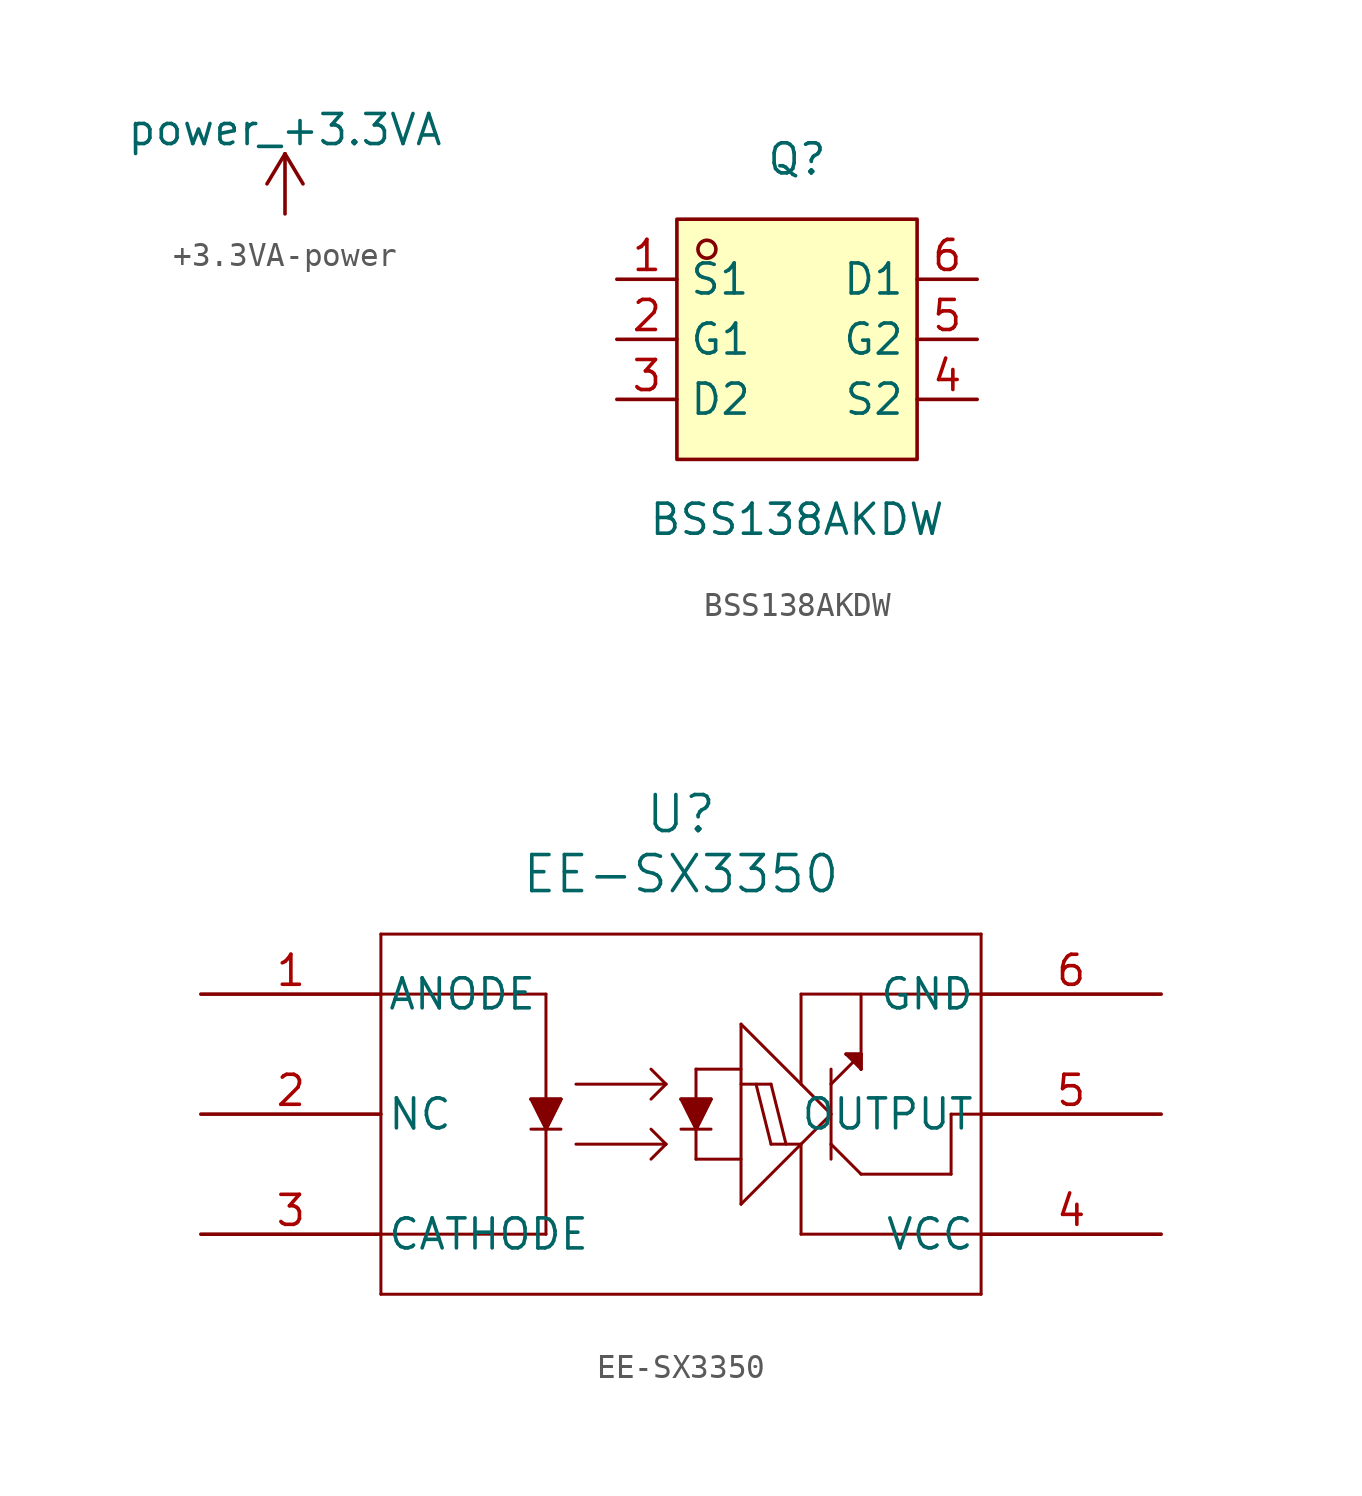
<source format=kicad_sym>
(kicad_symbol_lib
  (version 20241209)
  (generator "kicad_symbol_editor")
  (generator_version "9.0")
  (symbol "+3.3VA-power"
    (power)
    (pin_names
      (offset 0))
    (property "Reference" "#PWR"
      (at 0 -3.81 0)
      (effects (font (size 1.27 1.27)) (hide yes)))
    (property "Value" "power_+3.3VA"
      (at 0 3.556 0)
      (effects (font (size 1.27 1.27))))
    (symbol "+3.3VA-power_0_1"
      (polyline (pts (xy -0.762 1.27) (xy 0 2.54)) (stroke (width 0) (type solid)) (fill (type none)))
      (polyline (pts (xy 0 2.54) (xy 0.762 1.27)) (stroke (width 0) (type solid)) (fill (type none)))
      (polyline (pts (xy 0 0) (xy 0 2.54)) (stroke (width 0) (type solid)) (fill (type none))))
    (symbol "+3.3VA-power_1_1"
      (pin power_in line (at 0 0 90) (length 0) (hide yes) (name "+3.3VA" (effects (font (size 1.27 1.27)))) (number "1" (effects (font (size 1.27 1.27)))))))
  (symbol "BSS138AKDW"
    (property "Reference" "Q"
      (at 0 7.62 0)
      (effects (font (size 1.27 1.27))))
    (property "Value" "BSS138AKDW"
      (at 0 -7.62 0)
      (effects (font (size 1.27 1.27))))
    (symbol "BSS138AKDW_0_1"
      (rectangle (start -5.08 5.08) (end 5.08 -5.08) (stroke (width 0) (type default)) (fill (type background)))
      (circle (center -3.81 3.81) (radius 0.38) (stroke (width 0) (type default)) (fill (type none)))
      (pin unspecified line (at -7.62 2.54 0) (length 2.54) (name "S1" (effects (font (size 1.27 1.27)))) (number "1" (effects (font (size 1.27 1.27)))))
      (pin unspecified line (at -7.62 0 0) (length 2.54) (name "G1" (effects (font (size 1.27 1.27)))) (number "2" (effects (font (size 1.27 1.27)))))
      (pin unspecified line (at -7.62 -2.54 0) (length 2.54) (name "D2" (effects (font (size 1.27 1.27)))) (number "3" (effects (font (size 1.27 1.27)))))
      (pin unspecified line (at 7.62 2.54 180) (length 2.54) (name "D1" (effects (font (size 1.27 1.27)))) (number "6" (effects (font (size 1.27 1.27)))))
      (pin unspecified line (at 7.62 0 180) (length 2.54) (name "G2" (effects (font (size 1.27 1.27)))) (number "5" (effects (font (size 1.27 1.27)))))
      (pin unspecified line (at 7.62 -2.54 180) (length 2.54) (name "S2" (effects (font (size 1.27 1.27)))) (number "4" (effects (font (size 1.27 1.27)))))))
  (symbol "EE-SX3350"
    (pin_names
      (offset 0.254))
    (property "Reference" "U"
      (at 20.32 7.62 0)
      (effects (font (size 1.524 1.524))))
    (property "Value" "EE-SX3350"
      (at 20.32 5.08 0)
      (effects (font (size 1.524 1.524))))
    (symbol "EE-SX3350_0_1"
      (polyline (pts (xy 7.62 2.54) (xy 7.62 -12.7)) (stroke (width 0.127) (type default)) (fill (type none)))
      (polyline (pts (xy 7.62 0) (xy 14.605 0)) (stroke (width 0.127) (type default)) (fill (type none)))
      (polyline (pts (xy 7.62 -10.16) (xy 14.605 -10.16)) (stroke (width 0.127) (type default)) (fill (type none)))
      (polyline (pts (xy 7.62 -12.7) (xy 33.02 -12.7)) (stroke (width 0.127) (type default)) (fill (type none)))
      (polyline (pts (xy 13.97 -4.445) (xy 14.605 -5.715)) (stroke (width 0.127) (type default)) (fill (type none)))
      (polyline (pts (xy 13.97 -4.445) (xy 15.24 -4.445) (xy 14.605 -5.715)) (stroke (width 0) (type default)) (fill (type outline)))
      (polyline (pts (xy 13.97 -5.715) (xy 15.24 -5.715)) (stroke (width 0.127) (type default)) (fill (type none)))
      (polyline (pts (xy 14.605 0) (xy 14.605 -4.445)) (stroke (width 0.127) (type default)) (fill (type none)))
      (polyline (pts (xy 14.605 -5.715) (xy 14.605 -10.16)) (stroke (width 0.127) (type default)) (fill (type none)))
      (polyline (pts (xy 14.605 -5.715) (xy 15.24 -4.445)) (stroke (width 0.127) (type default)) (fill (type none)))
      (polyline (pts (xy 15.24 -4.445) (xy 13.97 -4.445)) (stroke (width 0.127) (type default)) (fill (type none)))
      (polyline (pts (xy 15.875 -3.81) (xy 19.685 -3.81)) (stroke (width 0.127) (type default)) (fill (type none)))
      (polyline (pts (xy 15.875 -6.35) (xy 19.685 -6.35)) (stroke (width 0.127) (type default)) (fill (type none)))
      (polyline (pts (xy 19.685 -3.81) (xy 19.05 -3.175)) (stroke (width 0.127) (type default)) (fill (type none)))
      (polyline (pts (xy 19.685 -3.81) (xy 19.05 -4.445)) (stroke (width 0.127) (type default)) (fill (type none)))
      (polyline (pts (xy 19.685 -6.35) (xy 19.05 -5.715)) (stroke (width 0.127) (type default)) (fill (type none)))
      (polyline (pts (xy 19.685 -6.35) (xy 19.05 -6.985)) (stroke (width 0.127) (type default)) (fill (type none)))
      (polyline (pts (xy 20.32 -4.445) (xy 21.59 -4.445)) (stroke (width 0.127) (type default)) (fill (type none)))
      (polyline (pts (xy 20.32 -4.445) (xy 21.59 -4.445) (xy 20.955 -5.715)) (stroke (width 0) (type default)) (fill (type outline)))
      (polyline (pts (xy 20.32 -5.715) (xy 21.59 -5.715)) (stroke (width 0.127) (type default)) (fill (type none)))
      (polyline (pts (xy 20.955 -4.445) (xy 20.955 -3.175)) (stroke (width 0.127) (type default)) (fill (type none)))
      (polyline (pts (xy 20.955 -5.715) (xy 20.32 -4.445)) (stroke (width 0.127) (type default)) (fill (type none)))
      (polyline (pts (xy 20.955 -5.715) (xy 20.955 -6.985)) (stroke (width 0.127) (type default)) (fill (type none)))
      (polyline (pts (xy 21.59 -4.445) (xy 20.955 -5.715)) (stroke (width 0.127) (type default)) (fill (type none)))
      (polyline (pts (xy 22.86 -3.175) (xy 20.955 -3.175)) (stroke (width 0.127) (type default)) (fill (type none)))
      (polyline (pts (xy 22.86 -3.81) (xy 24.13 -3.81)) (stroke (width 0.127) (type default)) (fill (type none)))
      (polyline (pts (xy 22.86 -6.985) (xy 20.955 -6.985)) (stroke (width 0.127) (type default)) (fill (type none)))
      (polyline (pts (xy 22.86 -8.89) (xy 22.86 -1.27)) (stroke (width 0.127) (type default)) (fill (type none)))
      (polyline (pts (xy 24.13 -6.35) (xy 23.495 -3.81)) (stroke (width 0.127) (type default)) (fill (type none)))
      (polyline (pts (xy 24.765 -6.35) (xy 24.13 -3.81)) (stroke (width 0.127) (type default)) (fill (type none)))
      (polyline (pts (xy 25.4 0) (xy 33.02 0)) (stroke (width 0.127) (type default)) (fill (type none)))
      (polyline (pts (xy 25.4 -3.81) (xy 25.4 0)) (stroke (width 0.127) (type default)) (fill (type none)))
      (polyline (pts (xy 25.4 -6.35) (xy 24.13 -6.35)) (stroke (width 0.127) (type default)) (fill (type none)))
      (polyline (pts (xy 25.4 -6.35) (xy 25.4 -10.16)) (stroke (width 0.127) (type default)) (fill (type none)))
      (polyline (pts (xy 25.4 -10.16) (xy 33.02 -10.16)) (stroke (width 0.127) (type default)) (fill (type none)))
      (polyline (pts (xy 26.67 -3.81) (xy 26.67 -3.175)) (stroke (width 0.127) (type default)) (fill (type none)))
      (polyline (pts (xy 26.67 -3.81) (xy 26.67 -6.35)) (stroke (width 0.127) (type default)) (fill (type none)))
      (polyline (pts (xy 26.67 -3.81) (xy 27.94 -2.54)) (stroke (width 0.127) (type default)) (fill (type none)))
      (polyline (pts (xy 26.67 -5.08) (xy 22.86 -1.27)) (stroke (width 0.127) (type default)) (fill (type none)))
      (polyline (pts (xy 26.67 -5.08) (xy 22.86 -8.89)) (stroke (width 0.127) (type default)) (fill (type none)))
      (polyline (pts (xy 26.67 -6.35) (xy 26.67 -6.985)) (stroke (width 0.127) (type default)) (fill (type none)))
      (polyline (pts (xy 26.67 -6.35) (xy 27.94 -7.62)) (stroke (width 0.127) (type default)) (fill (type none)))
      (polyline (pts (xy 27.305 -2.54) (xy 27.94 -3.175)) (stroke (width 0.127) (type default)) (fill (type none)))
      (polyline (pts (xy 27.305 -2.54) (xy 27.94 -2.54) (xy 27.94 -3.175)) (stroke (width 0) (type default)) (fill (type outline)))
      (polyline (pts (xy 27.94 -2.54) (xy 27.305 -2.54)) (stroke (width 0.127) (type default)) (fill (type none)))
      (polyline (pts (xy 27.94 -2.54) (xy 27.94 0)) (stroke (width 0.127) (type default)) (fill (type none)))
      (polyline (pts (xy 27.94 -3.175) (xy 27.94 -2.54)) (stroke (width 0.127) (type default)) (fill (type none)))
      (polyline (pts (xy 27.94 -7.62) (xy 31.75 -7.62)) (stroke (width 0.127) (type default)) (fill (type none)))
      (polyline (pts (xy 31.75 -7.62) (xy 31.75 -5.08)) (stroke (width 0.127) (type default)) (fill (type none)))
      (polyline (pts (xy 33.02 2.54) (xy 7.62 2.54)) (stroke (width 0.127) (type default)) (fill (type none)))
      (polyline (pts (xy 33.02 -5.08) (xy 31.75 -5.08)) (stroke (width 0.127) (type default)) (fill (type none)))
      (polyline (pts (xy 33.02 -12.7) (xy 33.02 2.54)) (stroke (width 0.127) (type default)) (fill (type none)))
      (pin unspecified line (at 0 0 0) (length 7.62) (name "ANODE" (effects (font (size 1.27 1.27)))) (number "1" (effects (font (size 1.27 1.27)))))
      (pin unspecified line (at 0 -5.08 0) (length 7.62) (name "NC" (effects (font (size 1.27 1.27)))) (number "2" (effects (font (size 1.27 1.27)))))
      (pin unspecified line (at 0 -10.16 0) (length 7.62) (name "CATHODE" (effects (font (size 1.27 1.27)))) (number "3" (effects (font (size 1.27 1.27)))))
      (pin unspecified line (at 40.64 0 180) (length 7.62) (name "GND" (effects (font (size 1.27 1.27)))) (number "6" (effects (font (size 1.27 1.27)))))
      (pin unspecified line (at 40.64 -5.08 180) (length 7.62) (name "OUTPUT" (effects (font (size 1.27 1.27)))) (number "5" (effects (font (size 1.27 1.27)))))
      (pin unspecified line (at 40.64 -10.16 180) (length 7.62) (name "VCC" (effects (font (size 1.27 1.27)))) (number "4" (effects (font (size 1.27 1.27))))))))
</source>
